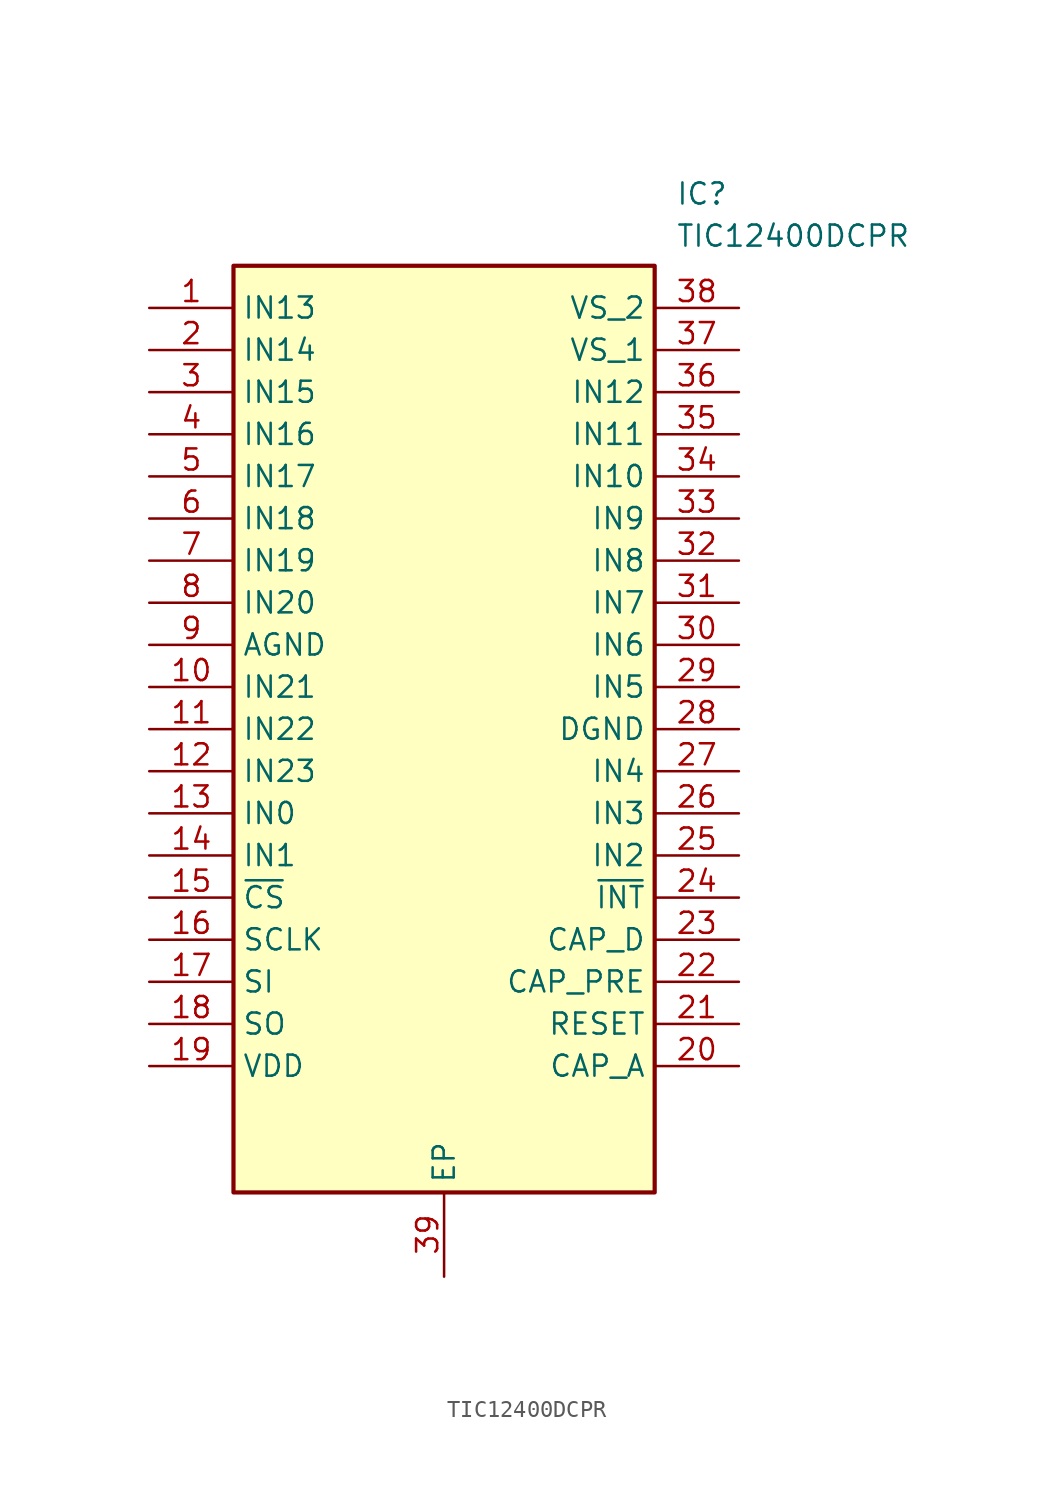
<source format=kicad_sym>
(kicad_symbol_lib
  (version 20211014)
  (generator SamacSys_ECAD_Model)
  (symbol "TIC12400DCPR"
    (property "Reference" "IC"
      (at 31.75 7.62 0)
      (effects (font (size 1.27 1.27)) (justify left top)))
    (property "Value" "TIC12400DCPR"
      (at 31.75 5.08 0)
      (effects (font (size 1.27 1.27)) (justify left top)))
    (rectangle
      (start 5.08 2.54)
      (end 30.48 -53.34)
      (stroke (width 0.254) (type default))
      (fill (type background)))
    (pin passive line
      (at 0 0 0)
      (length 5.08)
      (name "IN13" (effects (font (size 1.27 1.27))))
      (number "1" (effects (font (size 1.27 1.27)))))
    (pin passive line
      (at 0 -2.54 0)
      (length 5.08)
      (name "IN14" (effects (font (size 1.27 1.27))))
      (number "2" (effects (font (size 1.27 1.27)))))
    (pin passive line
      (at 0 -5.08 0)
      (length 5.08)
      (name "IN15" (effects (font (size 1.27 1.27))))
      (number "3" (effects (font (size 1.27 1.27)))))
    (pin passive line
      (at 0 -7.62 0)
      (length 5.08)
      (name "IN16" (effects (font (size 1.27 1.27))))
      (number "4" (effects (font (size 1.27 1.27)))))
    (pin passive line
      (at 0 -10.16 0)
      (length 5.08)
      (name "IN17" (effects (font (size 1.27 1.27))))
      (number "5" (effects (font (size 1.27 1.27)))))
    (pin passive line
      (at 0 -12.7 0)
      (length 5.08)
      (name "IN18" (effects (font (size 1.27 1.27))))
      (number "6" (effects (font (size 1.27 1.27)))))
    (pin passive line
      (at 0 -15.24 0)
      (length 5.08)
      (name "IN19" (effects (font (size 1.27 1.27))))
      (number "7" (effects (font (size 1.27 1.27)))))
    (pin passive line
      (at 0 -17.78 0)
      (length 5.08)
      (name "IN20" (effects (font (size 1.27 1.27))))
      (number "8" (effects (font (size 1.27 1.27)))))
    (pin passive line
      (at 0 -20.32 0)
      (length 5.08)
      (name "AGND" (effects (font (size 1.27 1.27))))
      (number "9" (effects (font (size 1.27 1.27)))))
    (pin passive line
      (at 0 -22.86 0)
      (length 5.08)
      (name "IN21" (effects (font (size 1.27 1.27))))
      (number "10" (effects (font (size 1.27 1.27)))))
    (pin passive line
      (at 0 -25.4 0)
      (length 5.08)
      (name "IN22" (effects (font (size 1.27 1.27))))
      (number "11" (effects (font (size 1.27 1.27)))))
    (pin passive line
      (at 0 -27.94 0)
      (length 5.08)
      (name "IN23" (effects (font (size 1.27 1.27))))
      (number "12" (effects (font (size 1.27 1.27)))))
    (pin passive line
      (at 0 -30.48 0)
      (length 5.08)
      (name "IN0" (effects (font (size 1.27 1.27))))
      (number "13" (effects (font (size 1.27 1.27)))))
    (pin passive line
      (at 0 -33.02 0)
      (length 5.08)
      (name "IN1" (effects (font (size 1.27 1.27))))
      (number "14" (effects (font (size 1.27 1.27)))))
    (pin passive line
      (at 0 -35.56 0)
      (length 5.08)
      (name "~{CS}" (effects (font (size 1.27 1.27))))
      (number "15" (effects (font (size 1.27 1.27)))))
    (pin passive line
      (at 0 -38.1 0)
      (length 5.08)
      (name "SCLK" (effects (font (size 1.27 1.27))))
      (number "16" (effects (font (size 1.27 1.27)))))
    (pin passive line
      (at 0 -40.64 0)
      (length 5.08)
      (name "SI" (effects (font (size 1.27 1.27))))
      (number "17" (effects (font (size 1.27 1.27)))))
    (pin passive line
      (at 0 -43.18 0)
      (length 5.08)
      (name "SO" (effects (font (size 1.27 1.27))))
      (number "18" (effects (font (size 1.27 1.27)))))
    (pin passive line
      (at 0 -45.72 0)
      (length 5.08)
      (name "VDD" (effects (font (size 1.27 1.27))))
      (number "19" (effects (font (size 1.27 1.27)))))
    (pin passive line
      (at 17.78 -58.42 90)
      (length 5.08)
      (name "EP" (effects (font (size 1.27 1.27))))
      (number "39" (effects (font (size 1.27 1.27)))))
    (pin passive line
      (at 35.56 0 180)
      (length 5.08)
      (name "VS_2" (effects (font (size 1.27 1.27))))
      (number "38" (effects (font (size 1.27 1.27)))))
    (pin passive line
      (at 35.56 -2.54 180)
      (length 5.08)
      (name "VS_1" (effects (font (size 1.27 1.27))))
      (number "37" (effects (font (size 1.27 1.27)))))
    (pin passive line
      (at 35.56 -5.08 180)
      (length 5.08)
      (name "IN12" (effects (font (size 1.27 1.27))))
      (number "36" (effects (font (size 1.27 1.27)))))
    (pin passive line
      (at 35.56 -7.62 180)
      (length 5.08)
      (name "IN11" (effects (font (size 1.27 1.27))))
      (number "35" (effects (font (size 1.27 1.27)))))
    (pin passive line
      (at 35.56 -10.16 180)
      (length 5.08)
      (name "IN10" (effects (font (size 1.27 1.27))))
      (number "34" (effects (font (size 1.27 1.27)))))
    (pin passive line
      (at 35.56 -12.7 180)
      (length 5.08)
      (name "IN9" (effects (font (size 1.27 1.27))))
      (number "33" (effects (font (size 1.27 1.27)))))
    (pin passive line
      (at 35.56 -15.24 180)
      (length 5.08)
      (name "IN8" (effects (font (size 1.27 1.27))))
      (number "32" (effects (font (size 1.27 1.27)))))
    (pin passive line
      (at 35.56 -17.78 180)
      (length 5.08)
      (name "IN7" (effects (font (size 1.27 1.27))))
      (number "31" (effects (font (size 1.27 1.27)))))
    (pin passive line
      (at 35.56 -20.32 180)
      (length 5.08)
      (name "IN6" (effects (font (size 1.27 1.27))))
      (number "30" (effects (font (size 1.27 1.27)))))
    (pin passive line
      (at 35.56 -22.86 180)
      (length 5.08)
      (name "IN5" (effects (font (size 1.27 1.27))))
      (number "29" (effects (font (size 1.27 1.27)))))
    (pin passive line
      (at 35.56 -25.4 180)
      (length 5.08)
      (name "DGND" (effects (font (size 1.27 1.27))))
      (number "28" (effects (font (size 1.27 1.27)))))
    (pin passive line
      (at 35.56 -27.94 180)
      (length 5.08)
      (name "IN4" (effects (font (size 1.27 1.27))))
      (number "27" (effects (font (size 1.27 1.27)))))
    (pin passive line
      (at 35.56 -30.48 180)
      (length 5.08)
      (name "IN3" (effects (font (size 1.27 1.27))))
      (number "26" (effects (font (size 1.27 1.27)))))
    (pin passive line
      (at 35.56 -33.02 180)
      (length 5.08)
      (name "IN2" (effects (font (size 1.27 1.27))))
      (number "25" (effects (font (size 1.27 1.27)))))
    (pin passive line
      (at 35.56 -35.56 180)
      (length 5.08)
      (name "~{INT}" (effects (font (size 1.27 1.27))))
      (number "24" (effects (font (size 1.27 1.27)))))
    (pin passive line
      (at 35.56 -38.1 180)
      (length 5.08)
      (name "CAP_D" (effects (font (size 1.27 1.27))))
      (number "23" (effects (font (size 1.27 1.27)))))
    (pin passive line
      (at 35.56 -40.64 180)
      (length 5.08)
      (name "CAP_PRE" (effects (font (size 1.27 1.27))))
      (number "22" (effects (font (size 1.27 1.27)))))
    (pin passive line
      (at 35.56 -43.18 180)
      (length 5.08)
      (name "RESET" (effects (font (size 1.27 1.27))))
      (number "21" (effects (font (size 1.27 1.27)))))
    (pin passive line
      (at 35.56 -45.72 180)
      (length 5.08)
      (name "CAP_A" (effects (font (size 1.27 1.27))))
      (number "20" (effects (font (size 1.27 1.27)))))))
</source>
